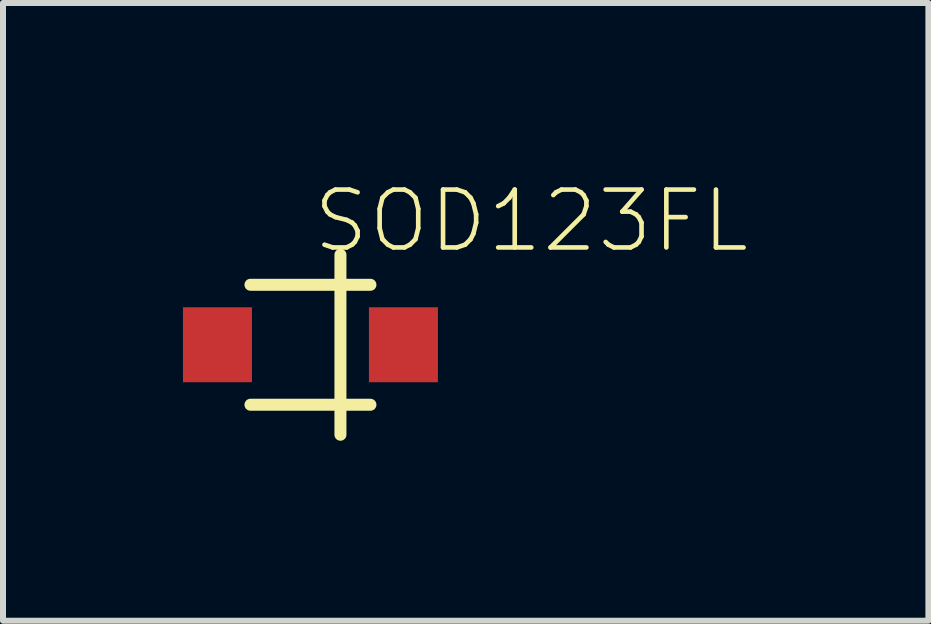
<source format=kicad_pcb>
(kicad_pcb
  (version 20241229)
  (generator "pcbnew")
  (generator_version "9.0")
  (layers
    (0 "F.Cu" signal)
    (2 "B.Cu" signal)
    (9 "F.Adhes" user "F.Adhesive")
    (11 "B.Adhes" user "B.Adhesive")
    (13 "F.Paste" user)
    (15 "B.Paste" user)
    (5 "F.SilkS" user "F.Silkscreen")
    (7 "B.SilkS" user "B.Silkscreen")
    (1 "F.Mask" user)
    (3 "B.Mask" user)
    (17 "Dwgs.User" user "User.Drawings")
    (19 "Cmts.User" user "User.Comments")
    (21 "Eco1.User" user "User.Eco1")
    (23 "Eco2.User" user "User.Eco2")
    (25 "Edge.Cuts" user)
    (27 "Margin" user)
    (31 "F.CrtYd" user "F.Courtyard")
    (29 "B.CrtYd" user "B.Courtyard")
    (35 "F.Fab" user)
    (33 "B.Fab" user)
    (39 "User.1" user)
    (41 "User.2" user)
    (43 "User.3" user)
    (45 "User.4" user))
  (footprint "SOD123FL"
    (layer "F.Cu")
    (at 2.125 2.697)
    (property "Reference" "SOD123FL" (at 0 -1.5 0) (layer "F.SilkS") (effects (font (size 0.965 0.965) (thickness 0.077)) (justify left bottom)))
    (attr smd)
    (fp_line (start -1 -1) (end 0.5 -1) (stroke (width 0.2) (type solid)) (layer "F.SilkS"))
    (fp_line (start 0.5 -1.5) (end 0.5 -1) (stroke (width 0.2) (type solid)) (layer "F.SilkS"))
    (fp_line (start 0.5 -1) (end 0.5 1) (stroke (width 0.2) (type solid)) (layer "F.SilkS"))
    (fp_line (start 0.5 -1) (end 1 -1) (stroke (width 0.2) (type solid)) (layer "F.SilkS"))
    (fp_line (start 0.5 1) (end -1 1) (stroke (width 0.2) (type solid)) (layer "F.SilkS"))
    (fp_line (start 0.5 1) (end 0.5 1.5) (stroke (width 0.2) (type solid)) (layer "F.SilkS"))
    (fp_line (start 1 1) (end 0.5 1) (stroke (width 0.2) (type solid)) (layer "F.SilkS"))
    (pad "A" smd rect (at -1.55 0) (size 1.15 1.25) (layers "F.Cu" "F.Mask" "F.Paste"))
    (pad "K" smd rect (at 1.55 0) (size 1.15 1.25) (layers "F.Cu" "F.Mask" "F.Paste")))
  (gr_rect
    (start -3 -3)
    (end 12.426 7.297)
    (stroke (width 0.1) (type default))
    (fill no)
    (layer "Edge.Cuts")))
</source>
